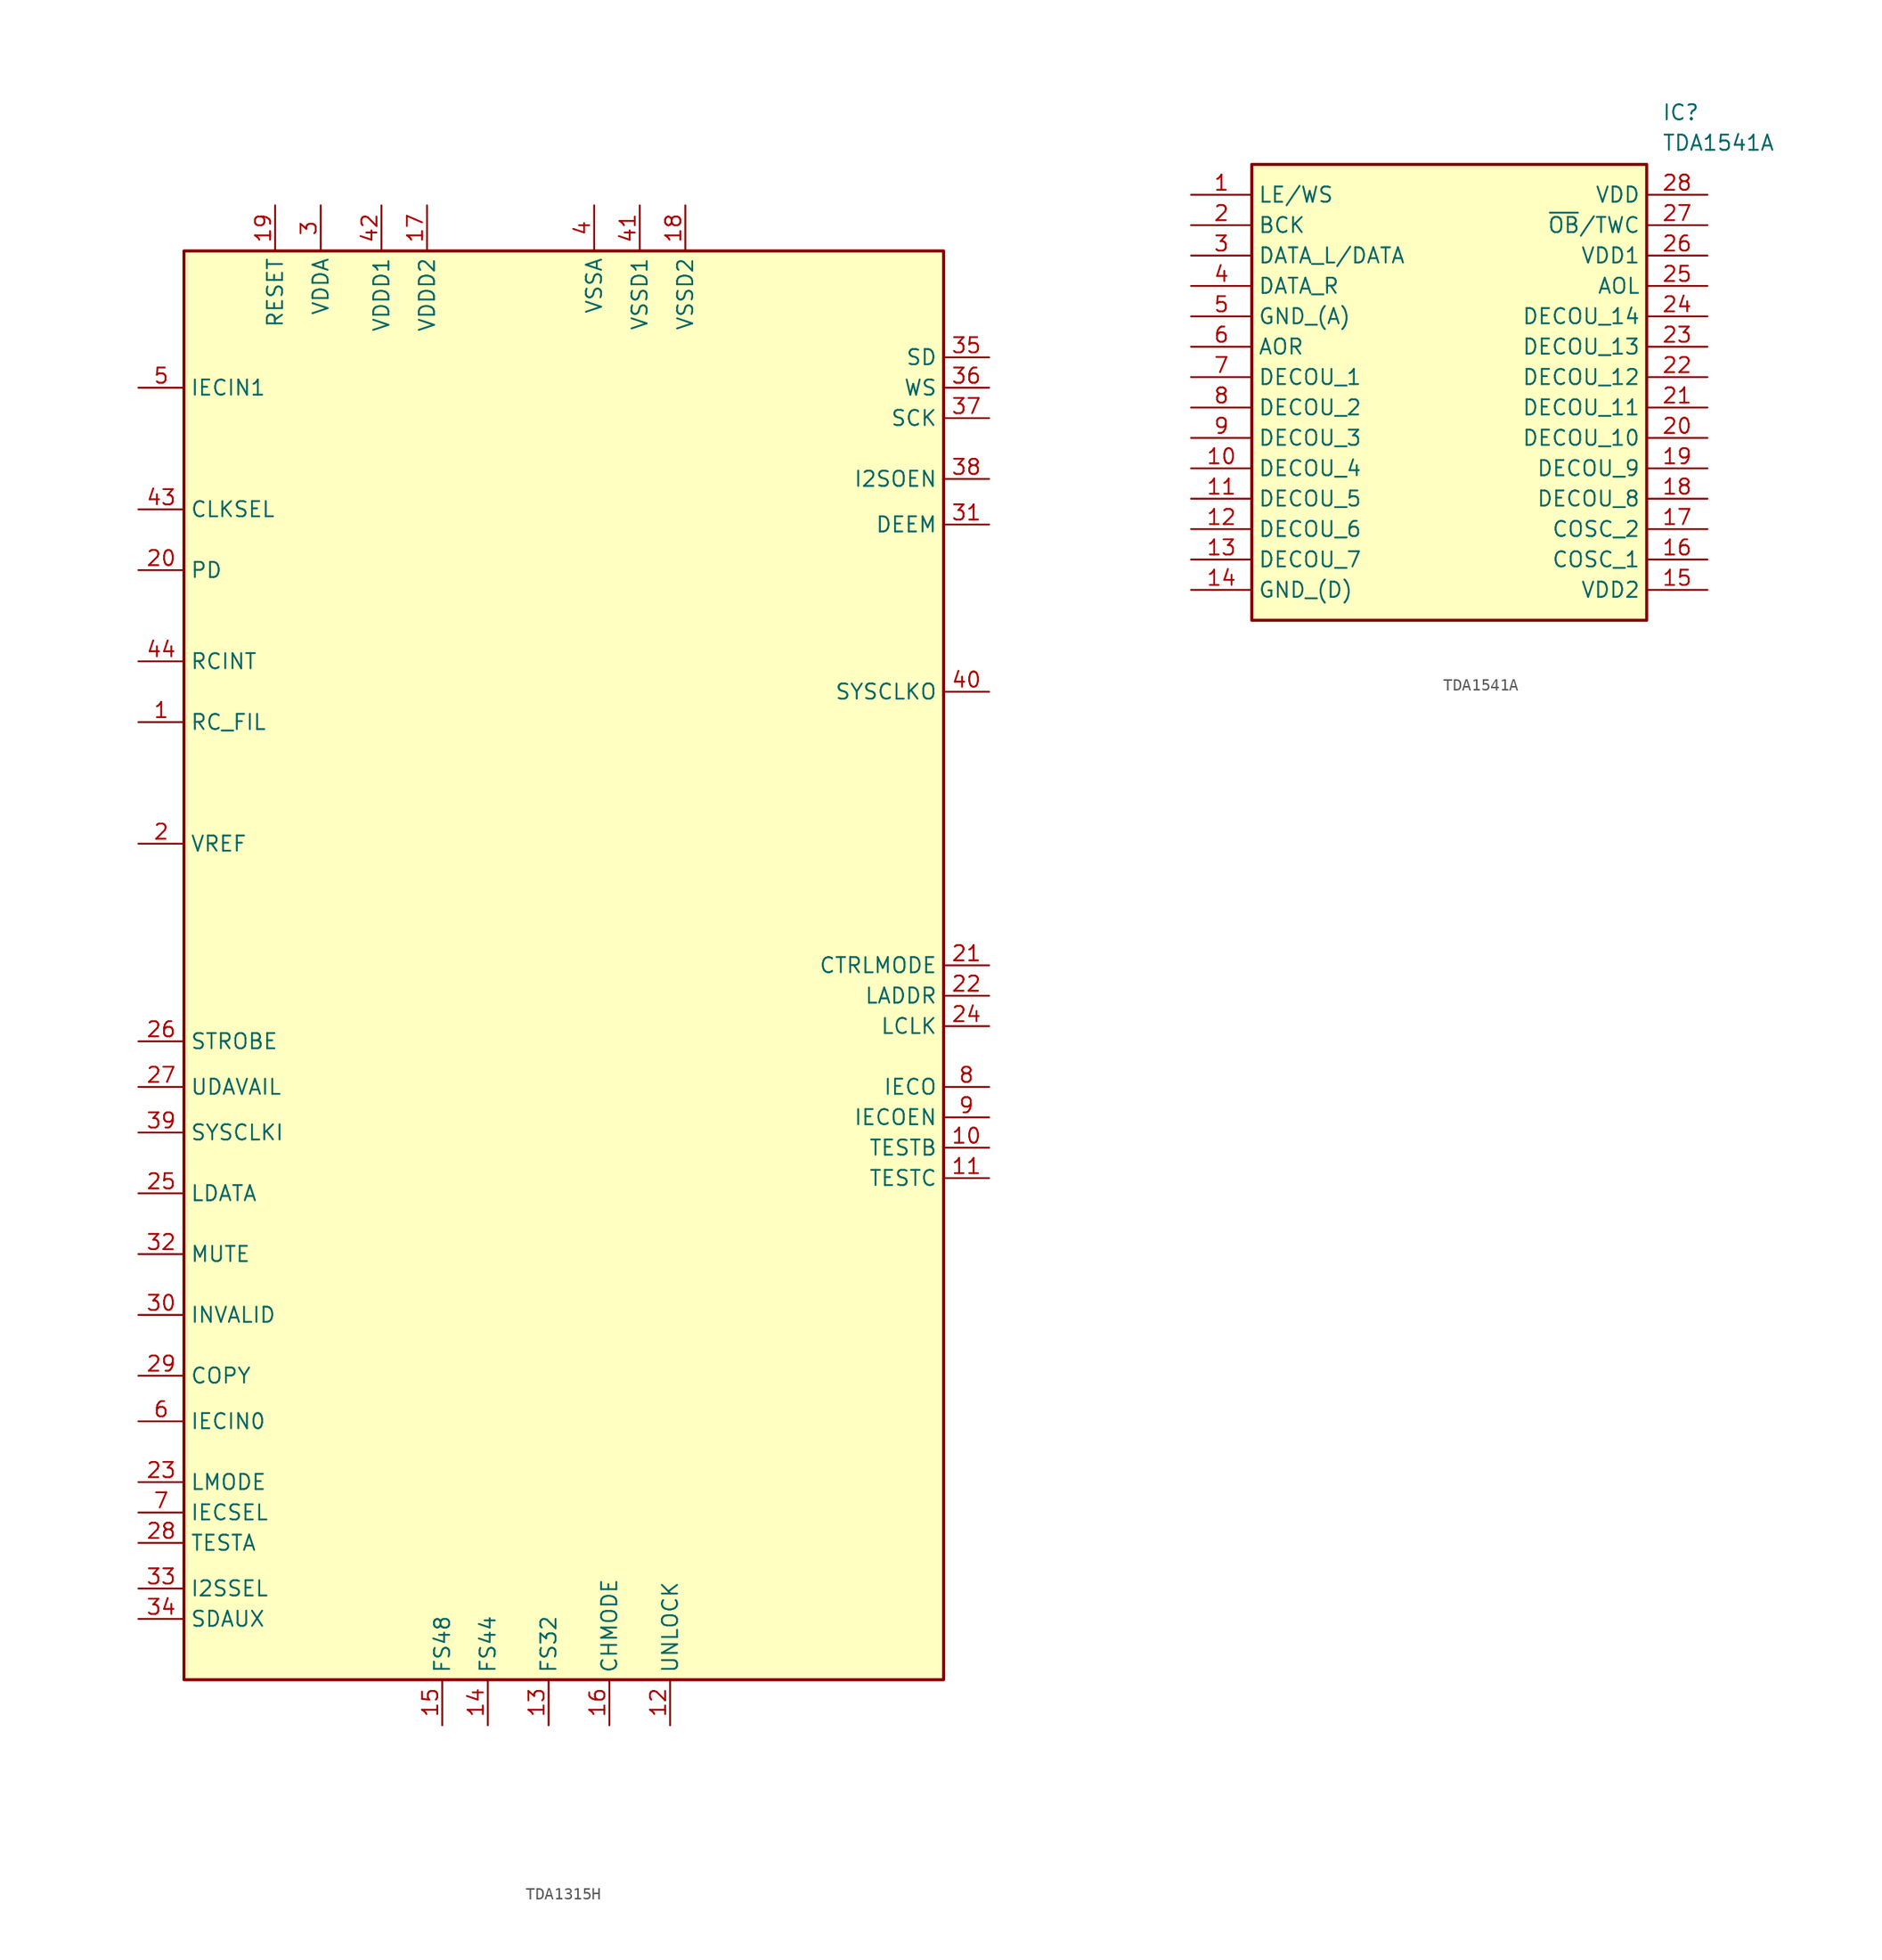
<source format=kicad_sym>
(kicad_symbol_lib
  (version 20241209)
  (generator "kicad_symbol_editor")
  (generator_version "9.0")
  (symbol "TDA1315H"
    (property "Reference" "U"
      (at -10.16 -102.87 0)
      (effects (font (size 1.27 1.27)) (hide yes)))
    (property "Value" ""
      (at 0 0 0)
      (effects (font (size 1.27 1.27))))
    (symbol "TDA1315H_0_1"
      (rectangle (start -31.75 31.75) (end 31.75 -87.63) (stroke (width 0.254) (type default)) (fill (type background))))
    (symbol "TDA1315H_1_1"
      (pin bidirectional line (at -35.56 20.32 0) (length 3.81) (name "IECIN1" (effects (font (size 1.27 1.27)))) (number "5" (effects (font (size 1.27 1.27)))))
      (pin bidirectional line (at -35.56 10.16 0) (length 3.81) (name "CLKSEL" (effects (font (size 1.27 1.27)))) (number "43" (effects (font (size 1.27 1.27)))))
      (pin bidirectional line (at -35.56 5.08 0) (length 3.81) (name "PD" (effects (font (size 1.27 1.27)))) (number "20" (effects (font (size 1.27 1.27)))))
      (pin bidirectional line (at -35.56 -2.54 0) (length 3.81) (name "RCINT" (effects (font (size 1.27 1.27)))) (number "44" (effects (font (size 1.27 1.27)))))
      (pin bidirectional line (at -35.56 -7.62 0) (length 3.81) (name "RC_FIL" (effects (font (size 1.27 1.27)))) (number "1" (effects (font (size 1.27 1.27)))))
      (pin bidirectional line (at -35.56 -17.78 0) (length 3.81) (name "VREF" (effects (font (size 1.27 1.27)))) (number "2" (effects (font (size 1.27 1.27)))))
      (pin bidirectional line (at -35.56 -34.29 0) (length 3.81) (name "STROBE" (effects (font (size 1.27 1.27)))) (number "26" (effects (font (size 1.27 1.27)))))
      (pin power_in line (at -35.56 -38.1 0) (length 3.81) (name "UDAVAIL" (effects (font (size 1.27 1.27)))) (number "27" (effects (font (size 1.27 1.27)))))
      (pin bidirectional line (at -35.56 -41.91 0) (length 3.81) (name "SYSCLKI" (effects (font (size 1.27 1.27)))) (number "39" (effects (font (size 1.27 1.27)))))
      (pin bidirectional line (at -35.56 -46.99 0) (length 3.81) (name "LDATA" (effects (font (size 1.27 1.27)))) (number "25" (effects (font (size 1.27 1.27)))))
      (pin bidirectional line (at -35.56 -52.07 0) (length 3.81) (name "MUTE" (effects (font (size 1.27 1.27)))) (number "32" (effects (font (size 1.27 1.27)))))
      (pin input line (at -35.56 -57.15 0) (length 3.81) (name "INVALID" (effects (font (size 1.27 1.27)))) (number "30" (effects (font (size 1.27 1.27)))))
      (pin power_in line (at -35.56 -62.23 0) (length 3.81) (name "COPY" (effects (font (size 1.27 1.27)))) (number "29" (effects (font (size 1.27 1.27)))))
      (pin power_in line (at -35.56 -66.04 0) (length 3.81) (name "IECIN0" (effects (font (size 1.27 1.27)))) (number "6" (effects (font (size 1.27 1.27)))))
      (pin passive line (at -35.56 -71.12 0) (length 3.81) (name "LMODE" (effects (font (size 1.27 1.27)))) (number "23" (effects (font (size 1.27 1.27)))))
      (pin power_in line (at -35.56 -73.66 0) (length 3.81) (name "IECSEL" (effects (font (size 1.27 1.27)))) (number "7" (effects (font (size 1.27 1.27)))))
      (pin power_in line (at -35.56 -76.2 0) (length 3.81) (name "TESTA" (effects (font (size 1.27 1.27)))) (number "28" (effects (font (size 1.27 1.27)))))
      (pin bidirectional line (at -35.56 -80.01 0) (length 3.81) (name "I2SSEL" (effects (font (size 1.27 1.27)))) (number "33" (effects (font (size 1.27 1.27)))))
      (pin bidirectional line (at -35.56 -82.55 0) (length 3.81) (name "SDAUX" (effects (font (size 1.27 1.27)))) (number "34" (effects (font (size 1.27 1.27)))))
      (pin bidirectional line (at -24.13 35.56 270) (length 3.81) (name "RESET" (effects (font (size 1.27 1.27)))) (number "19" (effects (font (size 1.27 1.27)))))
      (pin bidirectional line (at -20.32 35.56 270) (length 3.81) (name "VDDA" (effects (font (size 1.27 1.27)))) (number "3" (effects (font (size 1.27 1.27)))))
      (pin bidirectional line (at -15.24 35.56 270) (length 3.81) (name "VDDD1" (effects (font (size 1.27 1.27)))) (number "42" (effects (font (size 1.27 1.27)))))
      (pin bidirectional line (at -11.43 35.56 270) (length 3.81) (name "VDDD2" (effects (font (size 1.27 1.27)))) (number "17" (effects (font (size 1.27 1.27)))))
      (pin bidirectional line (at -10.16 -91.44 90) (length 3.81) (name "FS48" (effects (font (size 1.27 1.27)))) (number "15" (effects (font (size 1.27 1.27)))))
      (pin bidirectional line (at -6.35 -91.44 90) (length 3.81) (name "FS44" (effects (font (size 1.27 1.27)))) (number "14" (effects (font (size 1.27 1.27)))))
      (pin bidirectional line (at -1.27 -91.44 90) (length 3.81) (name "FS32" (effects (font (size 1.27 1.27)))) (number "13" (effects (font (size 1.27 1.27)))))
      (pin bidirectional line (at 2.54 35.56 270) (length 3.81) (name "VSSA" (effects (font (size 1.27 1.27)))) (number "4" (effects (font (size 1.27 1.27)))))
      (pin bidirectional line (at 3.81 -91.44 90) (length 3.81) (name "CHMODE" (effects (font (size 1.27 1.27)))) (number "16" (effects (font (size 1.27 1.27)))))
      (pin bidirectional line (at 6.35 35.56 270) (length 3.81) (name "VSSD1" (effects (font (size 1.27 1.27)))) (number "41" (effects (font (size 1.27 1.27)))))
      (pin bidirectional line (at 8.89 -91.44 90) (length 3.81) (name "UNLOCK" (effects (font (size 1.27 1.27)))) (number "12" (effects (font (size 1.27 1.27)))))
      (pin input line (at 10.16 35.56 270) (length 3.81) (name "VSSD2" (effects (font (size 1.27 1.27)))) (number "18" (effects (font (size 1.27 1.27)))))
      (pin bidirectional line (at 35.56 22.86 180) (length 3.81) (name "SD" (effects (font (size 1.27 1.27)))) (number "35" (effects (font (size 1.27 1.27)))))
      (pin bidirectional line (at 35.56 20.32 180) (length 3.81) (name "WS" (effects (font (size 1.27 1.27)))) (number "36" (effects (font (size 1.27 1.27)))))
      (pin bidirectional line (at 35.56 17.78 180) (length 3.81) (name "SCK" (effects (font (size 1.27 1.27)))) (number "37" (effects (font (size 1.27 1.27)))))
      (pin bidirectional line (at 35.56 12.7 180) (length 3.81) (name "I2SOEN" (effects (font (size 1.27 1.27)))) (number "38" (effects (font (size 1.27 1.27)))))
      (pin output line (at 35.56 8.89 180) (length 3.81) (name "DEEM" (effects (font (size 1.27 1.27)))) (number "31" (effects (font (size 1.27 1.27)))))
      (pin bidirectional line (at 35.56 -5.08 180) (length 3.81) (name "SYSCLKO" (effects (font (size 1.27 1.27)))) (number "40" (effects (font (size 1.27 1.27)))))
      (pin bidirectional line (at 35.56 -27.94 180) (length 3.81) (name "CTRLMODE" (effects (font (size 1.27 1.27)))) (number "21" (effects (font (size 1.27 1.27)))))
      (pin bidirectional line (at 35.56 -30.48 180) (length 3.81) (name "LADDR" (effects (font (size 1.27 1.27)))) (number "22" (effects (font (size 1.27 1.27)))))
      (pin bidirectional line (at 35.56 -33.02 180) (length 3.81) (name "LCLK" (effects (font (size 1.27 1.27)))) (number "24" (effects (font (size 1.27 1.27)))))
      (pin bidirectional line (at 35.56 -38.1 180) (length 3.81) (name "IECO" (effects (font (size 1.27 1.27)))) (number "8" (effects (font (size 1.27 1.27)))))
      (pin bidirectional line (at 35.56 -40.64 180) (length 3.81) (name "IECOEN" (effects (font (size 1.27 1.27)))) (number "9" (effects (font (size 1.27 1.27)))))
      (pin bidirectional line (at 35.56 -43.18 180) (length 3.81) (name "TESTB" (effects (font (size 1.27 1.27)))) (number "10" (effects (font (size 1.27 1.27)))))
      (pin bidirectional line (at 35.56 -45.72 180) (length 3.81) (name "TESTC" (effects (font (size 1.27 1.27)))) (number "11" (effects (font (size 1.27 1.27)))))))
  (symbol "TDA1541A"
    (property "Reference" "IC"
      (at 39.37 7.62 0)
      (effects (font (size 1.27 1.27)) (justify left top)))
    (property "Value" "TDA1541A"
      (at 39.37 5.08 0)
      (effects (font (size 1.27 1.27)) (justify left top)))
    (symbol "TDA1541A_1_1"
      (rectangle (start 5.08 2.54) (end 38.1 -35.56) (stroke (width 0.254) (type default)) (fill (type background)))
      (pin passive line (at 0 0 0) (length 5.08) (name "LE/WS" (effects (font (size 1.27 1.27)))) (number "1" (effects (font (size 1.27 1.27)))))
      (pin passive line (at 0 -2.54 0) (length 5.08) (name "BCK" (effects (font (size 1.27 1.27)))) (number "2" (effects (font (size 1.27 1.27)))))
      (pin passive line (at 0 -5.08 0) (length 5.08) (name "DATA_L/DATA" (effects (font (size 1.27 1.27)))) (number "3" (effects (font (size 1.27 1.27)))))
      (pin passive line (at 0 -7.62 0) (length 5.08) (name "DATA_R" (effects (font (size 1.27 1.27)))) (number "4" (effects (font (size 1.27 1.27)))))
      (pin passive line (at 0 -10.16 0) (length 5.08) (name "GND_(A)" (effects (font (size 1.27 1.27)))) (number "5" (effects (font (size 1.27 1.27)))))
      (pin passive line (at 0 -12.7 0) (length 5.08) (name "AOR" (effects (font (size 1.27 1.27)))) (number "6" (effects (font (size 1.27 1.27)))))
      (pin passive line (at 0 -15.24 0) (length 5.08) (name "DECOU_1" (effects (font (size 1.27 1.27)))) (number "7" (effects (font (size 1.27 1.27)))))
      (pin passive line (at 0 -17.78 0) (length 5.08) (name "DECOU_2" (effects (font (size 1.27 1.27)))) (number "8" (effects (font (size 1.27 1.27)))))
      (pin passive line (at 0 -20.32 0) (length 5.08) (name "DECOU_3" (effects (font (size 1.27 1.27)))) (number "9" (effects (font (size 1.27 1.27)))))
      (pin passive line (at 0 -22.86 0) (length 5.08) (name "DECOU_4" (effects (font (size 1.27 1.27)))) (number "10" (effects (font (size 1.27 1.27)))))
      (pin passive line (at 0 -25.4 0) (length 5.08) (name "DECOU_5" (effects (font (size 1.27 1.27)))) (number "11" (effects (font (size 1.27 1.27)))))
      (pin passive line (at 0 -27.94 0) (length 5.08) (name "DECOU_6" (effects (font (size 1.27 1.27)))) (number "12" (effects (font (size 1.27 1.27)))))
      (pin passive line (at 0 -30.48 0) (length 5.08) (name "DECOU_7" (effects (font (size 1.27 1.27)))) (number "13" (effects (font (size 1.27 1.27)))))
      (pin passive line (at 0 -33.02 0) (length 5.08) (name "GND_(D)" (effects (font (size 1.27 1.27)))) (number "14" (effects (font (size 1.27 1.27)))))
      (pin passive line (at 43.18 0 180) (length 5.08) (name "VDD" (effects (font (size 1.27 1.27)))) (number "28" (effects (font (size 1.27 1.27)))))
      (pin passive line (at 43.18 -2.54 180) (length 5.08) (name "~{OB}/TWC" (effects (font (size 1.27 1.27)))) (number "27" (effects (font (size 1.27 1.27)))))
      (pin passive line (at 43.18 -5.08 180) (length 5.08) (name "VDD1" (effects (font (size 1.27 1.27)))) (number "26" (effects (font (size 1.27 1.27)))))
      (pin passive line (at 43.18 -7.62 180) (length 5.08) (name "AOL" (effects (font (size 1.27 1.27)))) (number "25" (effects (font (size 1.27 1.27)))))
      (pin passive line (at 43.18 -10.16 180) (length 5.08) (name "DECOU_14" (effects (font (size 1.27 1.27)))) (number "24" (effects (font (size 1.27 1.27)))))
      (pin passive line (at 43.18 -12.7 180) (length 5.08) (name "DECOU_13" (effects (font (size 1.27 1.27)))) (number "23" (effects (font (size 1.27 1.27)))))
      (pin passive line (at 43.18 -15.24 180) (length 5.08) (name "DECOU_12" (effects (font (size 1.27 1.27)))) (number "22" (effects (font (size 1.27 1.27)))))
      (pin passive line (at 43.18 -17.78 180) (length 5.08) (name "DECOU_11" (effects (font (size 1.27 1.27)))) (number "21" (effects (font (size 1.27 1.27)))))
      (pin passive line (at 43.18 -20.32 180) (length 5.08) (name "DECOU_10" (effects (font (size 1.27 1.27)))) (number "20" (effects (font (size 1.27 1.27)))))
      (pin passive line (at 43.18 -22.86 180) (length 5.08) (name "DECOU_9" (effects (font (size 1.27 1.27)))) (number "19" (effects (font (size 1.27 1.27)))))
      (pin passive line (at 43.18 -25.4 180) (length 5.08) (name "DECOU_8" (effects (font (size 1.27 1.27)))) (number "18" (effects (font (size 1.27 1.27)))))
      (pin passive line (at 43.18 -27.94 180) (length 5.08) (name "COSC_2" (effects (font (size 1.27 1.27)))) (number "17" (effects (font (size 1.27 1.27)))))
      (pin passive line (at 43.18 -30.48 180) (length 5.08) (name "COSC_1" (effects (font (size 1.27 1.27)))) (number "16" (effects (font (size 1.27 1.27)))))
      (pin passive line (at 43.18 -33.02 180) (length 5.08) (name "VDD2" (effects (font (size 1.27 1.27)))) (number "15" (effects (font (size 1.27 1.27))))))))
</source>
